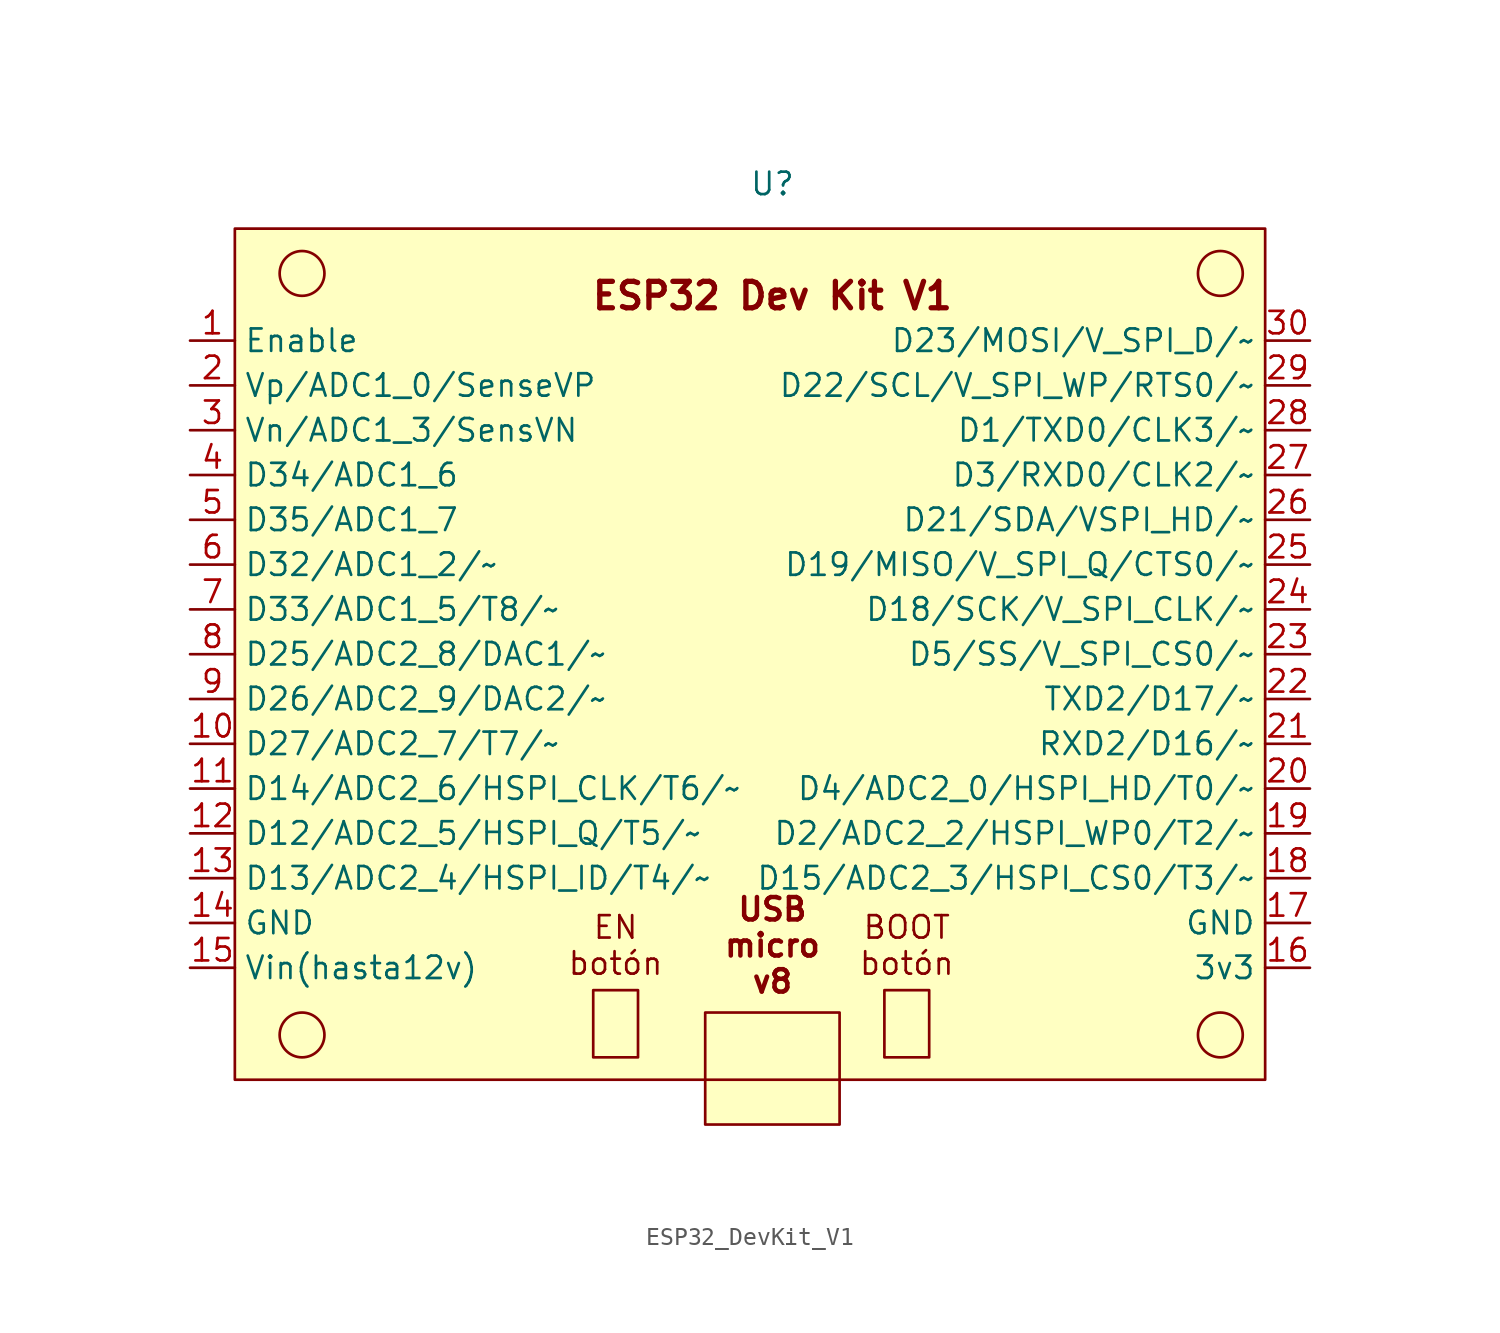
<source format=kicad_sym>
(kicad_symbol_lib
  (version 20220914)
  (generator kicad_symbol_editor)
  (symbol "ESP32_DevKit_V1"
    (property "Reference" "U"
      (at 0 0 0)
      (effects (font (size 1.27 1.27))))
    (property "Value" ""
      (at 0 0 0)
      (effects (font (size 1.27 1.27))))
    (symbol "ESP32_DevKit_V1_1_1"
      (rectangle (start -30.48 -2.54) (end 27.94 -50.8) (stroke (width 0) (type default)) (fill (type background)))
      (circle (center -26.67 -48.26) (radius 1.27) (stroke (width 0) (type default)) (fill (type none)))
      (circle (center -26.67 -5.08) (radius 1.27) (stroke (width 0) (type default)) (fill (type none)))
      (rectangle (start -10.16 -45.72) (end -7.62 -49.53) (stroke (width 0) (type default)) (fill (type none)))
      (rectangle (start -3.81 -46.99) (end 3.81 -53.34) (stroke (width 0) (type default)) (fill (type color) (color 255 255 194 1)))
      (rectangle (start 6.35 -45.72) (end 8.89 -49.53) (stroke (width 0) (type default)) (fill (type none)))
      (circle (center 25.4 -48.26) (radius 1.27) (stroke (width 0) (type default)) (fill (type none)))
      (circle (center 25.4 -5.08) (radius 1.27) (stroke (width 0) (type default)) (fill (type none)))
      (text "BOOT\nbotón\n" (at 7.62 -43.18 0) (effects (font (size 1.27 1.27))))
      (text "EN\nbotón\n" (at -8.89 -43.18 0) (effects (font (size 1.27 1.27))))
      (text "ESP32 Dev Kit V1\n" (at 0 -6.35 0) (effects (font (size 1.5 1.5) bold)))
      (text "USB\nmicro\nv8\n" (at 0 -43.18 0) (effects (font (size 1.27 1.27) bold)))
      (pin input line (at -33.02 -8.89 0) (length 2.54) (name "Enable" (effects (font (size 1.27 1.27)))) (number "1" (effects (font (size 1.27 1.27)))))
      (pin bidirectional line (at -33.02 -31.75 0) (length 2.54) (name "D27/ADC2_7/T7/~" (effects (font (size 1.27 1.27)))) (number "10" (effects (font (size 1.27 1.27)))))
      (pin bidirectional line (at -33.02 -34.29 0) (length 2.54) (name "D14/ADC2_6/HSPI_CLK/T6/~" (effects (font (size 1.27 1.27)))) (number "11" (effects (font (size 1.27 1.27)))))
      (pin bidirectional line (at -33.02 -36.83 0) (length 2.54) (name "D12/ADC2_5/HSPI_Q/T5/~" (effects (font (size 1.27 1.27)))) (number "12" (effects (font (size 1.27 1.27)))))
      (pin bidirectional line (at -33.02 -39.37 0) (length 2.54) (name "D13/ADC2_4/HSPI_ID/T4/~" (effects (font (size 1.27 1.27)))) (number "13" (effects (font (size 1.27 1.27)))))
      (pin power_out line (at -33.02 -41.91 0) (length 2.54) (name "GND" (effects (font (size 1.27 1.27)))) (number "14" (effects (font (size 1.27 1.27)))))
      (pin power_in line (at -33.02 -44.45 0) (length 2.54) (name "Vin(hasta12v)" (effects (font (size 1.27 1.27)))) (number "15" (effects (font (size 1.27 1.27)))))
      (pin power_out line (at 30.48 -44.45 180) (length 2.54) (name "3v3" (effects (font (size 1.27 1.27)))) (number "16" (effects (font (size 1.27 1.27)))))
      (pin power_in line (at 30.48 -41.91 180) (length 2.54) (name "GND" (effects (font (size 1.27 1.27)))) (number "17" (effects (font (size 1.27 1.27)))))
      (pin bidirectional line (at 30.48 -39.37 180) (length 2.54) (name "D15/ADC2_3/HSPI_CS0/T3/~" (effects (font (size 1.27 1.27)))) (number "18" (effects (font (size 1.27 1.27)))))
      (pin bidirectional line (at 30.48 -36.83 180) (length 2.54) (name "D2/ADC2_2/HSPI_WP0/T2/~" (effects (font (size 1.27 1.27)))) (number "19" (effects (font (size 1.27 1.27)))))
      (pin input line (at -33.02 -11.43 0) (length 2.54) (name "Vp/ADC1_0/SenseVP" (effects (font (size 1.27 1.27)))) (number "2" (effects (font (size 1.27 1.27)))))
      (pin bidirectional line (at 30.48 -34.29 180) (length 2.54) (name "D4/ADC2_0/HSPI_HD/T0/~" (effects (font (size 1.27 1.27)))) (number "20" (effects (font (size 1.27 1.27)))))
      (pin bidirectional line (at 30.48 -31.75 180) (length 2.54) (name "RXD2/D16/~" (effects (font (size 1.27 1.27)))) (number "21" (effects (font (size 1.27 1.27)))))
      (pin bidirectional line (at 30.48 -29.21 180) (length 2.54) (name "TXD2/D17/~" (effects (font (size 1.27 1.27)))) (number "22" (effects (font (size 1.27 1.27)))))
      (pin bidirectional line (at 30.48 -26.67 180) (length 2.54) (name "D5/SS/V_SPI_CS0/~" (effects (font (size 1.27 1.27)))) (number "23" (effects (font (size 1.27 1.27)))))
      (pin bidirectional line (at 30.48 -24.13 180) (length 2.54) (name "D18/SCK/V_SPI_CLK/~" (effects (font (size 1.27 1.27)))) (number "24" (effects (font (size 1.27 1.27)))))
      (pin bidirectional line (at 30.48 -21.59 180) (length 2.54) (name "D19/MISO/V_SPI_Q/CTS0/~" (effects (font (size 1.27 1.27)))) (number "25" (effects (font (size 1.27 1.27)))))
      (pin bidirectional line (at 30.48 -19.05 180) (length 2.54) (name "D21/SDA/VSPI_HD/~" (effects (font (size 1.27 1.27)))) (number "26" (effects (font (size 1.27 1.27)))))
      (pin bidirectional line (at 30.48 -16.51 180) (length 2.54) (name "D3/RXD0/CLK2/~" (effects (font (size 1.27 1.27)))) (number "27" (effects (font (size 1.27 1.27)))))
      (pin bidirectional line (at 30.48 -13.97 180) (length 2.54) (name "D1/TXD0/CLK3/~" (effects (font (size 1.27 1.27)))) (number "28" (effects (font (size 1.27 1.27)))))
      (pin bidirectional line (at 30.48 -11.43 180) (length 2.54) (name "D22/SCL/V_SPI_WP/RTS0/~" (effects (font (size 1.27 1.27)))) (number "29" (effects (font (size 1.27 1.27)))))
      (pin input line (at -33.02 -13.97 0) (length 2.54) (name "Vn/ADC1_3/SensVN" (effects (font (size 1.27 1.27)))) (number "3" (effects (font (size 1.27 1.27)))))
      (pin bidirectional line (at 30.48 -8.89 180) (length 2.54) (name "D23/MOSI/V_SPI_D/~" (effects (font (size 1.27 1.27)))) (number "30" (effects (font (size 1.27 1.27)))))
      (pin input line (at -33.02 -16.51 0) (length 2.54) (name "D34/ADC1_6" (effects (font (size 1.27 1.27)))) (number "4" (effects (font (size 1.27 1.27)))))
      (pin input line (at -33.02 -19.05 0) (length 2.54) (name "D35/ADC1_7" (effects (font (size 1.27 1.27)))) (number "5" (effects (font (size 1.27 1.27)))))
      (pin bidirectional line (at -33.02 -21.59 0) (length 2.54) (name "D32/ADC1_2/~" (effects (font (size 1.27 1.27)))) (number "6" (effects (font (size 1.27 1.27)))))
      (pin bidirectional line (at -33.02 -24.13 0) (length 2.54) (name "D33/ADC1_5/T8/~" (effects (font (size 1.27 1.27)))) (number "7" (effects (font (size 1.27 1.27)))))
      (pin bidirectional line (at -33.02 -26.67 0) (length 2.54) (name "D25/ADC2_8/DAC1/~" (effects (font (size 1.27 1.27)))) (number "8" (effects (font (size 1.27 1.27)))))
      (pin bidirectional line (at -33.02 -29.21 0) (length 2.54) (name "D26/ADC2_9/DAC2/~" (effects (font (size 1.27 1.27)))) (number "9" (effects (font (size 1.27 1.27))))))))
</source>
